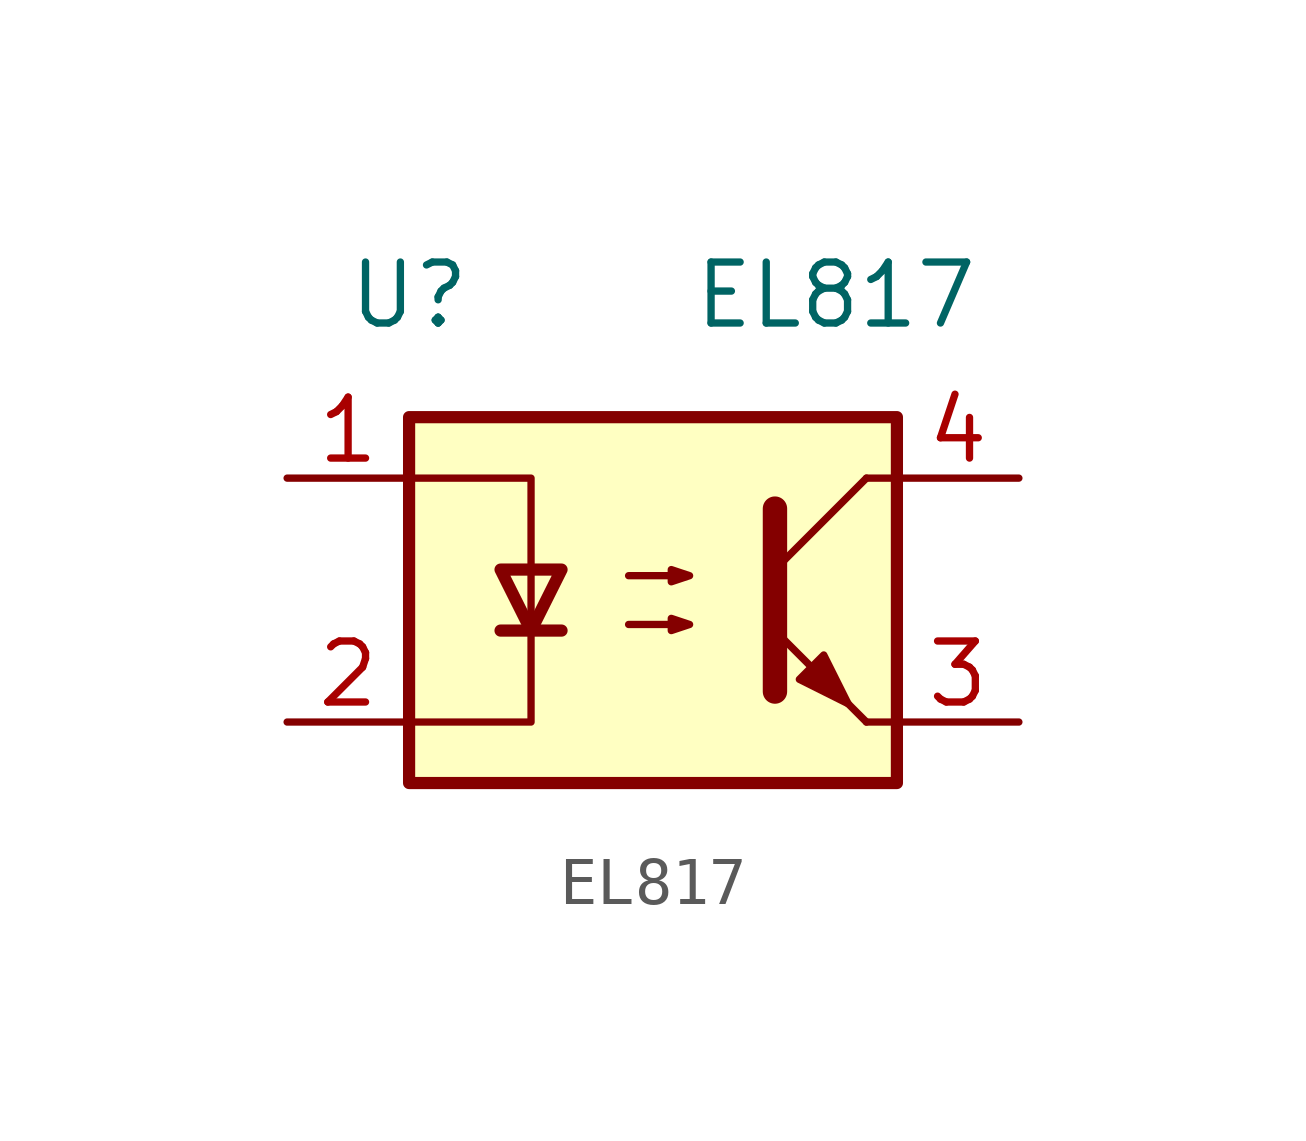
<source format=kicad_sym>
(kicad_symbol_lib
  (version 20210619)
  (generator kicad_symbol_editor)
  (symbol "EL817"
    (pin_names
      (offset 1.016))
    (property "Reference" "U"
      (at -5.08 6.35 0)
      (effects (font (size 1.27 1.27))))
    (property "Value" "EL817"
      (at 3.81 6.35 0)
      (effects (font (size 1.27 1.27))))
    (symbol "EL817_1_1"
      (rectangle (start -5.08 3.81) (end 5.08 -3.81) (stroke (width 0.254)) (fill (type background)))
      (polyline (pts (xy -3.175 -0.635) (xy -1.905 -0.635)) (stroke (width 0.254)) (fill (type none)))
      (polyline (pts (xy 2.54 0.635) (xy 4.445 2.54)) (stroke (width 0)) (fill (type none)))
      (polyline (pts (xy 4.445 -2.54) (xy 5.08 -2.54)) (stroke (width 0)) (fill (type none)))
      (polyline (pts (xy 4.445 2.54) (xy 5.08 2.54)) (stroke (width 0)) (fill (type none)))
      (polyline (pts (xy -5.08 2.54) (xy -2.54 2.54) (xy -2.54 -0.635)) (stroke (width 0)) (fill (type none)))
      (polyline (pts (xy -2.54 -0.635) (xy -2.54 -2.54) (xy -5.08 -2.54)) (stroke (width 0)) (fill (type none)))
      (polyline (pts (xy 2.54 1.905) (xy 2.54 -1.905) (xy 2.54 -1.905)) (stroke (width 0.508)) (fill (type none)))
      (polyline (pts (xy -2.54 -0.635) (xy -3.175 0.635) (xy -1.905 0.635) (xy -2.54 -0.635)) (stroke (width 0.254)) (fill (type none)))
      (polyline (pts (xy -0.508 -0.508) (xy 0.762 -0.508) (xy 0.381 -0.635) (xy 0.381 -0.381) (xy 0.762 -0.508)) (stroke (width 0)) (fill (type none)))
      (polyline (pts (xy -0.508 0.508) (xy 0.762 0.508) (xy 0.381 0.381) (xy 0.381 0.635) (xy 0.762 0.508)) (stroke (width 0)) (fill (type none)))
      (polyline (pts (xy 4.445 -2.54) (xy 2.54 -0.635)) (stroke (width 0)) (fill (type outline)))
      (polyline (pts (xy 3.048 -1.651) (xy 3.556 -1.143) (xy 4.064 -2.159) (xy 3.048 -1.651) (xy 3.048 -1.651)) (stroke (width 0)) (fill (type outline)))
      (pin passive line (at -7.62 2.54 0) (length 2.54) (name "~" (effects (font (size 1.27 1.27)))) (number "1" (effects (font (size 1.27 1.27)))))
      (pin passive line (at -7.62 -2.54 0) (length 2.54) (name "~" (effects (font (size 1.27 1.27)))) (number "2" (effects (font (size 1.27 1.27)))))
      (pin passive line (at 7.62 -2.54 180) (length 2.54) (name "~" (effects (font (size 1.27 1.27)))) (number "3" (effects (font (size 1.27 1.27)))))
      (pin passive line (at 7.62 2.54 180) (length 2.54) (name "~" (effects (font (size 1.27 1.27)))) (number "4" (effects (font (size 1.27 1.27))))))))
</source>
